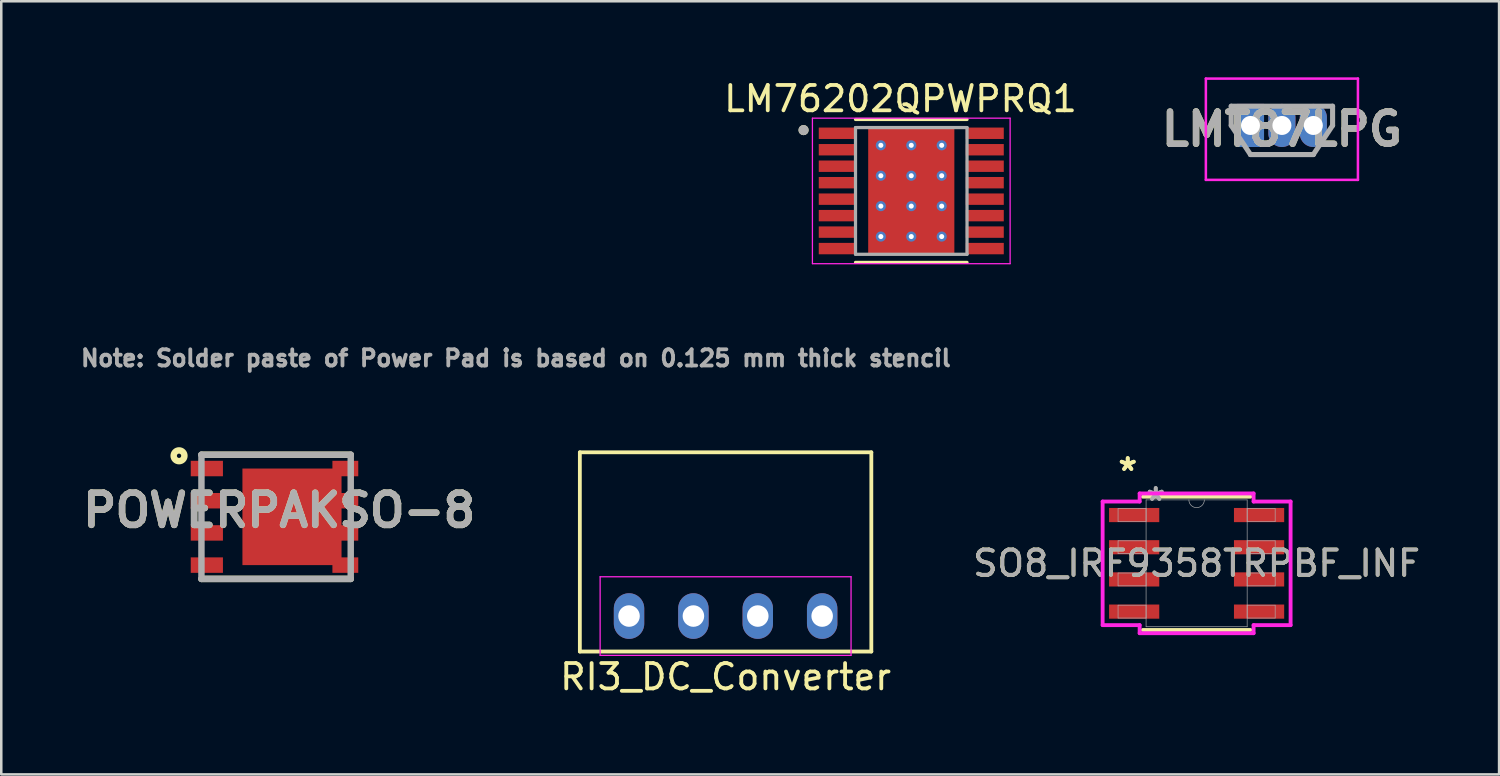
<source format=kicad_pcb>
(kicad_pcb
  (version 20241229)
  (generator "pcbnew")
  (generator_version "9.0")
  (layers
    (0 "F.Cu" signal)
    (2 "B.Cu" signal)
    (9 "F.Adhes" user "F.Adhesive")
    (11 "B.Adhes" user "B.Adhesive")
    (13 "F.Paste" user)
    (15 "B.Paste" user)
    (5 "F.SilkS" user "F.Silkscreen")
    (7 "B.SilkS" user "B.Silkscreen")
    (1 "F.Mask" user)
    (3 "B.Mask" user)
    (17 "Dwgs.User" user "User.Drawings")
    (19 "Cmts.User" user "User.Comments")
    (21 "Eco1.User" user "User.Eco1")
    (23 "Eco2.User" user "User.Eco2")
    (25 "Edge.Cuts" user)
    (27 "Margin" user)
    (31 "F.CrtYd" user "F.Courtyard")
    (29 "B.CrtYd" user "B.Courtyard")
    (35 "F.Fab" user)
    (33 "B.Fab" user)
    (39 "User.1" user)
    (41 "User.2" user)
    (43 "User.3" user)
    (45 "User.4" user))
  (footprint "RI3_DC_Converter"
    (layer "F.Cu")
    (at 25.578 21.256)
    (property "Reference" "RI3_DC_Converter" (at 0 2.4 180) (layer "F.SilkS") (effects (font (size 1 1) (thickness 0.15))))
    (attr through_hole)
    (fp_line (start -5.75 -6.46) (end 5.75 -6.46) (stroke (width 0.15) (type solid)) (layer "F.SilkS"))
    (fp_line (start -5.75 1.4) (end -5.75 -6.46) (stroke (width 0.15) (type solid)) (layer "F.SilkS"))
    (fp_line (start 5.75 -6.46) (end 5.75 1.4) (stroke (width 0.15) (type solid)) (layer "F.SilkS"))
    (fp_line (start 5.75 1.4) (end -5.75 1.4) (stroke (width 0.15) (type solid)) (layer "F.SilkS"))
    (fp_line (start -4.95 -1.55) (end 4.95 -1.55) (stroke (width 0.05) (type solid)) (layer "F.CrtYd"))
    (fp_line (start -4.95 1.55) (end -4.95 -1.55) (stroke (width 0.05) (type solid)) (layer "F.CrtYd"))
    (fp_line (start 4.95 -1.55) (end 4.95 1.55) (stroke (width 0.05) (type solid)) (layer "F.CrtYd"))
    (fp_line (start 4.95 1.55) (end -4.95 1.55) (stroke (width 0.05) (type solid)) (layer "F.CrtYd"))
    (pad "1" thru_hole oval (at -3.81 0) (size 1.2 1.8) (drill 0.85) (layers "*.Cu" "*.Mask"))
    (pad "2" thru_hole oval (at -1.27 0) (size 1.2 1.8) (drill 0.85) (layers "*.Cu" "*.Mask"))
    (pad "3" thru_hole oval (at 1.27 0) (size 1.2 1.8) (drill 0.85) (layers "*.Cu" "*.Mask"))
    (pad "4" thru_hole oval (at 3.81 0) (size 1.2 1.8) (drill 0.85) (layers "*.Cu" "*.Mask")))
  (footprint "POWERPAKSO-8"
    (layer "F.Cu")
    (at 7.843 17.341)
    (property "Reference" "POWERPAKSO-8" (at 0.122 -0.256 0) (layer "F.SilkS") (effects (font (size 1.27 1.27) (thickness 0.254))))
    (attr smd)
    (fp_line (start -2.945 -2.45) (end 2.945 -2.45) (stroke (width 0.254) (type solid)) (layer "F.SilkS"))
    (fp_line (start -2.945 2.45) (end 2.945 2.45) (stroke (width 0.254) (type solid)) (layer "F.SilkS"))
    (fp_circle (center -3.829 -2.408) (end -3.829 -2.323) (stroke (width 0.254) (type solid)) (fill no) (layer "F.SilkS"))
    (fp_line (start -2.945 -2.45) (end 2.945 -2.45) (stroke (width 0.254) (type solid)) (layer "F.Fab"))
    (fp_line (start -2.945 2.45) (end -2.945 -2.45) (stroke (width 0.254) (type solid)) (layer "F.Fab"))
    (fp_line (start 2.945 -2.45) (end 2.945 2.45) (stroke (width 0.254) (type solid)) (layer "F.Fab"))
    (fp_line (start 2.945 2.45) (end -2.945 2.45) (stroke (width 0.254) (type solid)) (layer "F.Fab"))
    (fp_text user "${REFERENCE}" (at 0.122 -0.256 0) (layer "F.Fab") (effects (font (size 1.27 1.27) (thickness 0.254))))
    (pad "1" smd rect (at -2.732 -1.905 90) (size 0.61 1.27) (layers "F.Cu" "F.Mask" "F.Paste"))
    (pad "2" smd rect (at -2.732 -0.635 90) (size 0.61 1.27) (layers "F.Cu" "F.Mask" "F.Paste"))
    (pad "3" smd rect (at -2.732 0.635 90) (size 0.61 1.27) (layers "F.Cu" "F.Mask" "F.Paste"))
    (pad "4" smd rect (at -2.732 1.905 90) (size 0.61 1.27) (layers "F.Cu" "F.Mask" "F.Paste"))
    (pad "5" smd custom (at 2.732 1.905 90) (size 0.61 1.02) (layers "F.Cu" "F.Mask" "F.Paste") (options (anchor rect)) (primitives (gr_rect (start 0 -4.06) (end 3.81 -0.15) (width 0) (fill yes))))
    (pad "6" smd rect (at 2.732 0.635 90) (size 0.61 1.02) (layers "F.Cu" "F.Mask" "F.Paste"))
    (pad "7" smd rect (at 2.732 -0.635 90) (size 0.61 1.02) (layers "F.Cu" "F.Mask" "F.Paste"))
    (pad "8" smd rect (at 2.732 -1.905 90) (size 0.61 1.02) (layers "F.Cu" "F.Mask" "F.Paste")))
  (footprint "LMT87LPG"
    (layer "F.Cu")
    (at 46.287 1.9)
    (property "Reference" "LMT87LPG" (at 1.24 0.148 0) (layer "F.SilkS") (effects (font (size 1.27 1.27) (thickness 0.254))))
    (attr through_hole)
    (fp_line (start 0 1.147) (end 2.48 1.147) (stroke (width 0.1) (type solid)) (layer "F.SilkS"))
    (fp_line (start -1.76 -1.85) (end 4.24 -1.85) (stroke (width 0.1) (type solid)) (layer "F.CrtYd"))
    (fp_line (start -1.76 2.147) (end -1.76 -1.85) (stroke (width 0.1) (type solid)) (layer "F.CrtYd"))
    (fp_line (start 4.24 -1.85) (end 4.24 2.147) (stroke (width 0.1) (type solid)) (layer "F.CrtYd"))
    (fp_line (start 4.24 2.147) (end -1.76 2.147) (stroke (width 0.1) (type solid)) (layer "F.CrtYd"))
    (fp_line (start -0.76 -0.76) (end -0.76 0) (stroke (width 0.2) (type solid)) (layer "F.Fab"))
    (fp_line (start -0.76 0) (end 0 1.147) (stroke (width 0.2) (type solid)) (layer "F.Fab"))
    (fp_line (start 0 1.147) (end 2.48 1.147) (stroke (width 0.2) (type solid)) (layer "F.Fab"))
    (fp_line (start 0 1.147) (end 2.48 1.147) (stroke (width 0.2) (type solid)) (layer "F.Fab"))
    (fp_line (start 2.48 1.147) (end 3.24 0) (stroke (width 0.2) (type solid)) (layer "F.Fab"))
    (fp_line (start 3.24 -0.76) (end -0.76 -0.76) (stroke (width 0.2) (type solid)) (layer "F.Fab"))
    (fp_line (start 3.24 0) (end 3.24 -0.76) (stroke (width 0.2) (type solid)) (layer "F.Fab"))
    (fp_text user "${REFERENCE}" (at 1.24 0.148 0) (layer "F.Fab") (effects (font (size 1.27 1.27) (thickness 0.254))))
    (pad "1" thru_hole rect (at 0 0) (size 1.07 1.7) (drill 0.75) (layers "*.Cu" "*.Mask"))
    (pad "2" thru_hole oval (at 1.24 0) (size 1.07 1.7) (drill 0.75) (layers "*.Cu" "*.Mask"))
    (pad "3" thru_hole oval (at 2.48 0) (size 1.07 1.7) (drill 0.75) (layers "*.Cu" "*.Mask")))
  (footprint "LM76202QPWPRQ1"
    (layer "F.Cu")
    (at 32.904 4.483)
    (property "Reference" "LM76202QPWPRQ1" (at -0.425 -3.635 0) (layer "F.SilkS") (effects (font (size 1 1) (thickness 0.15))))
    (attr smd)
    (fp_poly (pts (xy -3.7 -2.55) (xy -2.1 -2.55) (xy -2.1 -2) (xy -3.7 -2)) (stroke (width 0.01) (type solid)) (fill yes) (layer "F.Mask"))
    (fp_poly (pts (xy -3.7 -1.9) (xy -2.1 -1.9) (xy -2.1 -1.35) (xy -3.7 -1.35)) (stroke (width 0.01) (type solid)) (fill yes) (layer "F.Mask"))
    (fp_poly (pts (xy -3.7 -1.25) (xy -2.1 -1.25) (xy -2.1 -0.7) (xy -3.7 -0.7)) (stroke (width 0.01) (type solid)) (fill yes) (layer "F.Mask"))
    (fp_poly (pts (xy -3.7 -0.6) (xy -2.1 -0.6) (xy -2.1 -0.05) (xy -3.7 -0.05)) (stroke (width 0.01) (type solid)) (fill yes) (layer "F.Mask"))
    (fp_poly (pts (xy -3.7 0.05) (xy -2.1 0.05) (xy -2.1 0.6) (xy -3.7 0.6)) (stroke (width 0.01) (type solid)) (fill yes) (layer "F.Mask"))
    (fp_poly (pts (xy -3.7 0.7) (xy -2.1 0.7) (xy -2.1 1.25) (xy -3.7 1.25)) (stroke (width 0.01) (type solid)) (fill yes) (layer "F.Mask"))
    (fp_poly (pts (xy -3.7 1.35) (xy -2.1 1.35) (xy -2.1 1.9) (xy -3.7 1.9)) (stroke (width 0.01) (type solid)) (fill yes) (layer "F.Mask"))
    (fp_poly (pts (xy -3.7 2) (xy -2.1 2) (xy -2.1 2.55) (xy -3.7 2.55)) (stroke (width 0.01) (type solid)) (fill yes) (layer "F.Mask"))
    (fp_poly (pts (xy -1.33 -1.23) (xy 1.33 -1.23) (xy 1.33 1.23) (xy -1.33 1.23)) (stroke (width 0.01) (type solid)) (fill yes) (layer "F.Mask"))
    (fp_poly (pts (xy 2.1 -2.55) (xy 3.7 -2.55) (xy 3.7 -2) (xy 2.1 -2)) (stroke (width 0.01) (type solid)) (fill yes) (layer "F.Mask"))
    (fp_poly (pts (xy 2.1 -1.9) (xy 3.7 -1.9) (xy 3.7 -1.35) (xy 2.1 -1.35)) (stroke (width 0.01) (type solid)) (fill yes) (layer "F.Mask"))
    (fp_poly (pts (xy 2.1 -1.25) (xy 3.7 -1.25) (xy 3.7 -0.7) (xy 2.1 -0.7)) (stroke (width 0.01) (type solid)) (fill yes) (layer "F.Mask"))
    (fp_poly (pts (xy 2.1 -0.6) (xy 3.7 -0.6) (xy 3.7 -0.05) (xy 2.1 -0.05)) (stroke (width 0.01) (type solid)) (fill yes) (layer "F.Mask"))
    (fp_poly (pts (xy 2.1 0.05) (xy 3.7 0.05) (xy 3.7 0.6) (xy 2.1 0.6)) (stroke (width 0.01) (type solid)) (fill yes) (layer "F.Mask"))
    (fp_poly (pts (xy 2.1 0.7) (xy 3.7 0.7) (xy 3.7 1.25) (xy 2.1 1.25)) (stroke (width 0.01) (type solid)) (fill yes) (layer "F.Mask"))
    (fp_poly (pts (xy 2.1 1.35) (xy 3.7 1.35) (xy 3.7 1.9) (xy 2.1 1.9)) (stroke (width 0.01) (type solid)) (fill yes) (layer "F.Mask"))
    (fp_poly (pts (xy 2.1 2) (xy 3.7 2) (xy 3.7 2.55) (xy 2.1 2.55)) (stroke (width 0.01) (type solid)) (fill yes) (layer "F.Mask"))
    (fp_line (start -2.2 -2.82) (end 2.2 -2.82) (stroke (width 0.127) (type solid)) (layer "F.SilkS"))
    (fp_line (start -2.2 2.82) (end 2.2 2.82) (stroke (width 0.127) (type solid)) (layer "F.SilkS"))
    (fp_circle (center -4.25 -2.4) (end -4.15 -2.4) (stroke (width 0.2) (type solid)) (fill no) (layer "F.SilkS"))
    (fp_poly (pts (xy -1.33 -1.23) (xy 1.33 -1.23) (xy 1.33 1.23) (xy -1.33 1.23)) (stroke (width 0.01) (type solid)) (fill yes) (layer "F.Paste"))
    (fp_line (start -3.9 -2.87) (end -3.9 2.87) (stroke (width 0.05) (type solid)) (layer "F.CrtYd"))
    (fp_line (start -3.9 -2.87) (end 3.9 -2.87) (stroke (width 0.05) (type solid)) (layer "F.CrtYd"))
    (fp_line (start -3.9 2.87) (end 3.9 2.87) (stroke (width 0.05) (type solid)) (layer "F.CrtYd"))
    (fp_line (start 3.9 -2.87) (end 3.9 2.87) (stroke (width 0.05) (type solid)) (layer "F.CrtYd"))
    (fp_line (start -2.2 -2.5) (end -2.2 2.5) (stroke (width 0.127) (type solid)) (layer "F.Fab"))
    (fp_line (start -2.2 -2.5) (end 2.2 -2.5) (stroke (width 0.127) (type solid)) (layer "F.Fab"))
    (fp_line (start -2.2 2.5) (end 2.2 2.5) (stroke (width 0.127) (type solid)) (layer "F.Fab"))
    (fp_line (start 2.2 -2.5) (end 2.2 2.5) (stroke (width 0.127) (type solid)) (layer "F.Fab"))
    (fp_circle (center -4.25 -2.4) (end -4.15 -2.4) (stroke (width 0.2) (type solid)) (fill no) (layer "F.Fab"))
    (fp_text user "Note: Solder paste of Power Pad is based on 0.125 mm thick stencil" (at -15.6 6.6 0) (layer "F.Fab") (effects (font (size 0.64 0.64) (thickness 0.15))))
    (pad "1" smd rect (at -2.9 -2.275) (size 1.5 0.45) (layers "F.Cu" "F.Paste"))
    (pad "2" smd rect (at -2.9 -1.625) (size 1.5 0.45) (layers "F.Cu" "F.Paste"))
    (pad "3" smd rect (at -2.9 -0.975) (size 1.5 0.45) (layers "F.Cu" "F.Paste"))
    (pad "4" smd rect (at -2.9 -0.325) (size 1.5 0.45) (layers "F.Cu" "F.Paste"))
    (pad "5" smd rect (at -2.9 0.325) (size 1.5 0.45) (layers "F.Cu" "F.Paste"))
    (pad "6" smd rect (at -2.9 0.975) (size 1.5 0.45) (layers "F.Cu" "F.Paste"))
    (pad "7" smd rect (at -2.9 1.625) (size 1.5 0.45) (layers "F.Cu" "F.Paste"))
    (pad "8" smd rect (at -2.9 2.275) (size 1.5 0.45) (layers "F.Cu" "F.Paste"))
    (pad "9" smd rect (at 2.9 2.275) (size 1.5 0.45) (layers "F.Cu" "F.Paste"))
    (pad "10" smd rect (at 2.9 1.625) (size 1.5 0.45) (layers "F.Cu" "F.Paste"))
    (pad "11" smd rect (at 2.9 0.975) (size 1.5 0.45) (layers "F.Cu" "F.Paste"))
    (pad "12" smd rect (at 2.9 0.325) (size 1.5 0.45) (layers "F.Cu" "F.Paste"))
    (pad "13" smd rect (at 2.9 -0.325) (size 1.5 0.45) (layers "F.Cu" "F.Paste"))
    (pad "14" smd rect (at 2.9 -0.975) (size 1.5 0.45) (layers "F.Cu" "F.Paste"))
    (pad "15" smd rect (at 2.9 -1.625) (size 1.5 0.45) (layers "F.Cu" "F.Paste"))
    (pad "16" smd rect (at 2.9 -2.275) (size 1.5 0.45) (layers "F.Cu" "F.Paste"))
    (pad "17" smd rect (at 0 0) (size 3.4 5) (layers "F.Cu"))
    (pad "18" thru_hole circle (at -1.2 -1.8) (size 0.4 0.4) (drill 0.2) (layers "*.Cu"))
    (pad "19" thru_hole circle (at 0 -1.8) (size 0.4 0.4) (drill 0.2) (layers "*.Cu"))
    (pad "20" thru_hole circle (at 1.2 -1.8) (size 0.4 0.4) (drill 0.2) (layers "*.Cu"))
    (pad "21" thru_hole circle (at -1.2 -0.6) (size 0.4 0.4) (drill 0.2) (layers "*.Cu"))
    (pad "22" thru_hole circle (at 0 -0.6) (size 0.4 0.4) (drill 0.2) (layers "*.Cu"))
    (pad "23" thru_hole circle (at 1.2 -0.6) (size 0.4 0.4) (drill 0.2) (layers "*.Cu"))
    (pad "24" thru_hole circle (at -1.2 0.6) (size 0.4 0.4) (drill 0.2) (layers "*.Cu"))
    (pad "25" thru_hole circle (at 0 0.6) (size 0.4 0.4) (drill 0.2) (layers "*.Cu"))
    (pad "26" thru_hole circle (at 1.2 0.6) (size 0.4 0.4) (drill 0.2) (layers "*.Cu"))
    (pad "27" thru_hole circle (at -1.2 1.8) (size 0.4 0.4) (drill 0.2) (layers "*.Cu"))
    (pad "28" thru_hole circle (at 0 1.8) (size 0.4 0.4) (drill 0.2) (layers "*.Cu"))
    (pad "29" thru_hole circle (at 1.2 1.8) (size 0.4 0.4) (drill 0.2) (layers "*.Cu")))
  (footprint "SO8_IRF9358TRPBF_INF"
    (layer "F.Cu")
    (at 44.162 19.176)
    (property "Reference" "SO8_IRF9358TRPBF_INF" (at 0 0 0) (unlocked yes) (layer "F.SilkS") (effects (font (size 1 1) (thickness 0.15))))
    (attr smd)
    (fp_line (start -2.121 2.629) (end 2.121 2.629) (stroke (width 0.152) (type solid)) (layer "F.SilkS"))
    (fp_line (start 2.121 -2.629) (end -2.121 -2.629) (stroke (width 0.152) (type solid)) (layer "F.SilkS"))
    (fp_line (start -3.708 -2.438) (end -2.248 -2.438) (stroke (width 0.152) (type solid)) (layer "F.CrtYd"))
    (fp_line (start -3.708 2.438) (end -3.708 -2.438) (stroke (width 0.152) (type solid)) (layer "F.CrtYd"))
    (fp_line (start -3.708 2.438) (end -2.248 2.438) (stroke (width 0.152) (type solid)) (layer "F.CrtYd"))
    (fp_line (start -2.248 -2.756) (end 2.248 -2.756) (stroke (width 0.152) (type solid)) (layer "F.CrtYd"))
    (fp_line (start -2.248 -2.438) (end -2.248 -2.756) (stroke (width 0.152) (type solid)) (layer "F.CrtYd"))
    (fp_line (start -2.248 2.756) (end -2.248 2.438) (stroke (width 0.152) (type solid)) (layer "F.CrtYd"))
    (fp_line (start 2.248 -2.756) (end 2.248 -2.438) (stroke (width 0.152) (type solid)) (layer "F.CrtYd"))
    (fp_line (start 2.248 2.438) (end 2.248 2.756) (stroke (width 0.152) (type solid)) (layer "F.CrtYd"))
    (fp_line (start 2.248 2.756) (end -2.248 2.756) (stroke (width 0.152) (type solid)) (layer "F.CrtYd"))
    (fp_line (start 3.708 -2.438) (end 2.248 -2.438) (stroke (width 0.152) (type solid)) (layer "F.CrtYd"))
    (fp_line (start 3.708 -2.438) (end 3.708 2.438) (stroke (width 0.152) (type solid)) (layer "F.CrtYd"))
    (fp_line (start 3.708 2.438) (end 2.248 2.438) (stroke (width 0.152) (type solid)) (layer "F.CrtYd"))
    (fp_line (start -3.099 -2.159) (end -3.099 -1.651) (stroke (width 0.025) (type solid)) (layer "F.Fab"))
    (fp_line (start -3.099 -1.651) (end -1.994 -1.651) (stroke (width 0.025) (type solid)) (layer "F.Fab"))
    (fp_line (start -3.099 -0.889) (end -3.099 -0.381) (stroke (width 0.025) (type solid)) (layer "F.Fab"))
    (fp_line (start -3.099 -0.381) (end -1.994 -0.381) (stroke (width 0.025) (type solid)) (layer "F.Fab"))
    (fp_line (start -3.099 0.381) (end -3.099 0.889) (stroke (width 0.025) (type solid)) (layer "F.Fab"))
    (fp_line (start -3.099 0.889) (end -1.994 0.889) (stroke (width 0.025) (type solid)) (layer "F.Fab"))
    (fp_line (start -3.099 1.651) (end -3.099 2.159) (stroke (width 0.025) (type solid)) (layer "F.Fab"))
    (fp_line (start -3.099 2.159) (end -1.994 2.159) (stroke (width 0.025) (type solid)) (layer "F.Fab"))
    (fp_line (start -1.994 -2.502) (end -1.994 2.502) (stroke (width 0.025) (type solid)) (layer "F.Fab"))
    (fp_line (start -1.994 -2.159) (end -3.099 -2.159) (stroke (width 0.025) (type solid)) (layer "F.Fab"))
    (fp_line (start -1.994 -1.651) (end -1.994 -2.159) (stroke (width 0.025) (type solid)) (layer "F.Fab"))
    (fp_line (start -1.994 -0.889) (end -3.099 -0.889) (stroke (width 0.025) (type solid)) (layer "F.Fab"))
    (fp_line (start -1.994 -0.381) (end -1.994 -0.889) (stroke (width 0.025) (type solid)) (layer "F.Fab"))
    (fp_line (start -1.994 0.381) (end -3.099 0.381) (stroke (width 0.025) (type solid)) (layer "F.Fab"))
    (fp_line (start -1.994 0.889) (end -1.994 0.381) (stroke (width 0.025) (type solid)) (layer "F.Fab"))
    (fp_line (start -1.994 1.651) (end -3.099 1.651) (stroke (width 0.025) (type solid)) (layer "F.Fab"))
    (fp_line (start -1.994 2.159) (end -1.994 1.651) (stroke (width 0.025) (type solid)) (layer "F.Fab"))
    (fp_line (start -1.994 2.502) (end 1.994 2.502) (stroke (width 0.025) (type solid)) (layer "F.Fab"))
    (fp_line (start 1.994 -2.502) (end -1.994 -2.502) (stroke (width 0.025) (type solid)) (layer "F.Fab"))
    (fp_line (start 1.994 -2.159) (end 1.994 -1.651) (stroke (width 0.025) (type solid)) (layer "F.Fab"))
    (fp_line (start 1.994 -1.651) (end 3.099 -1.651) (stroke (width 0.025) (type solid)) (layer "F.Fab"))
    (fp_line (start 1.994 -0.889) (end 1.994 -0.381) (stroke (width 0.025) (type solid)) (layer "F.Fab"))
    (fp_line (start 1.994 -0.381) (end 3.099 -0.381) (stroke (width 0.025) (type solid)) (layer "F.Fab"))
    (fp_line (start 1.994 0.381) (end 1.994 0.889) (stroke (width 0.025) (type solid)) (layer "F.Fab"))
    (fp_line (start 1.994 0.889) (end 3.099 0.889) (stroke (width 0.025) (type solid)) (layer "F.Fab"))
    (fp_line (start 1.994 1.651) (end 1.994 2.159) (stroke (width 0.025) (type solid)) (layer "F.Fab"))
    (fp_line (start 1.994 2.159) (end 3.099 2.159) (stroke (width 0.025) (type solid)) (layer "F.Fab"))
    (fp_line (start 1.994 2.502) (end 1.994 -2.502) (stroke (width 0.025) (type solid)) (layer "F.Fab"))
    (fp_line (start 3.099 -2.159) (end 1.994 -2.159) (stroke (width 0.025) (type solid)) (layer "F.Fab"))
    (fp_line (start 3.099 -1.651) (end 3.099 -2.159) (stroke (width 0.025) (type solid)) (layer "F.Fab"))
    (fp_line (start 3.099 -0.889) (end 1.994 -0.889) (stroke (width 0.025) (type solid)) (layer "F.Fab"))
    (fp_line (start 3.099 -0.381) (end 3.099 -0.889) (stroke (width 0.025) (type solid)) (layer "F.Fab"))
    (fp_line (start 3.099 0.381) (end 1.994 0.381) (stroke (width 0.025) (type solid)) (layer "F.Fab"))
    (fp_line (start 3.099 0.889) (end 3.099 0.381) (stroke (width 0.025) (type solid)) (layer "F.Fab"))
    (fp_line (start 3.099 1.651) (end 1.994 1.651) (stroke (width 0.025) (type solid)) (layer "F.Fab"))
    (fp_line (start 3.099 2.159) (end 3.099 1.651) (stroke (width 0.025) (type solid)) (layer "F.Fab"))
    (fp_arc (start 0.3048 -2.5019) (mid 0 -2.1971) (end -0.3048 -2.5019) (stroke (width 0.0254) (type solid)) (layer "F.Fab"))
    (fp_text user "*" (at -2.718 -3.607 0) (unlocked yes) (layer "F.SilkS") (effects (font (size 1 1) (thickness 0.15))))
    (fp_text user "*" (at -2.718 -3.607 0) (layer "F.SilkS") (effects (font (size 1 1) (thickness 0.15))))
    (fp_text user "*" (at -1.613 -2.426 0) (layer "F.Fab") (effects (font (size 1 1) (thickness 0.15))))
    (fp_text user "${REFERENCE}" (at 0 0 0) (unlocked yes) (layer "F.Fab") (effects (font (size 1 1) (thickness 0.15))))
    (fp_text user "*" (at -1.613 -2.426 0) (unlocked yes) (layer "F.Fab") (effects (font (size 1 1) (thickness 0.15))))
    (pad "1" smd rect (at -2.464 -1.905) (size 1.981 0.559) (layers "F.Cu" "F.Mask" "F.Paste"))
    (pad "2" smd rect (at -2.464 -0.635) (size 1.981 0.559) (layers "F.Cu" "F.Mask" "F.Paste"))
    (pad "3" smd rect (at -2.464 0.635) (size 1.981 0.559) (layers "F.Cu" "F.Mask" "F.Paste"))
    (pad "4" smd rect (at -2.464 1.905) (size 1.981 0.559) (layers "F.Cu" "F.Mask" "F.Paste"))
    (pad "5" smd rect (at 2.464 1.905) (size 1.981 0.559) (layers "F.Cu" "F.Mask" "F.Paste"))
    (pad "6" smd rect (at 2.464 0.635) (size 1.981 0.559) (layers "F.Cu" "F.Mask" "F.Paste"))
    (pad "7" smd rect (at 2.464 -0.635) (size 1.981 0.559) (layers "F.Cu" "F.Mask" "F.Paste"))
    (pad "8" smd rect (at 2.464 -1.905) (size 1.981 0.559) (layers "F.Cu" "F.Mask" "F.Paste")))
  (gr_rect
    (start -3 -3)
    (end 56.096 27.504)
    (stroke (width 0.1) (type default))
    (fill no)
    (layer "Edge.Cuts")))
</source>
